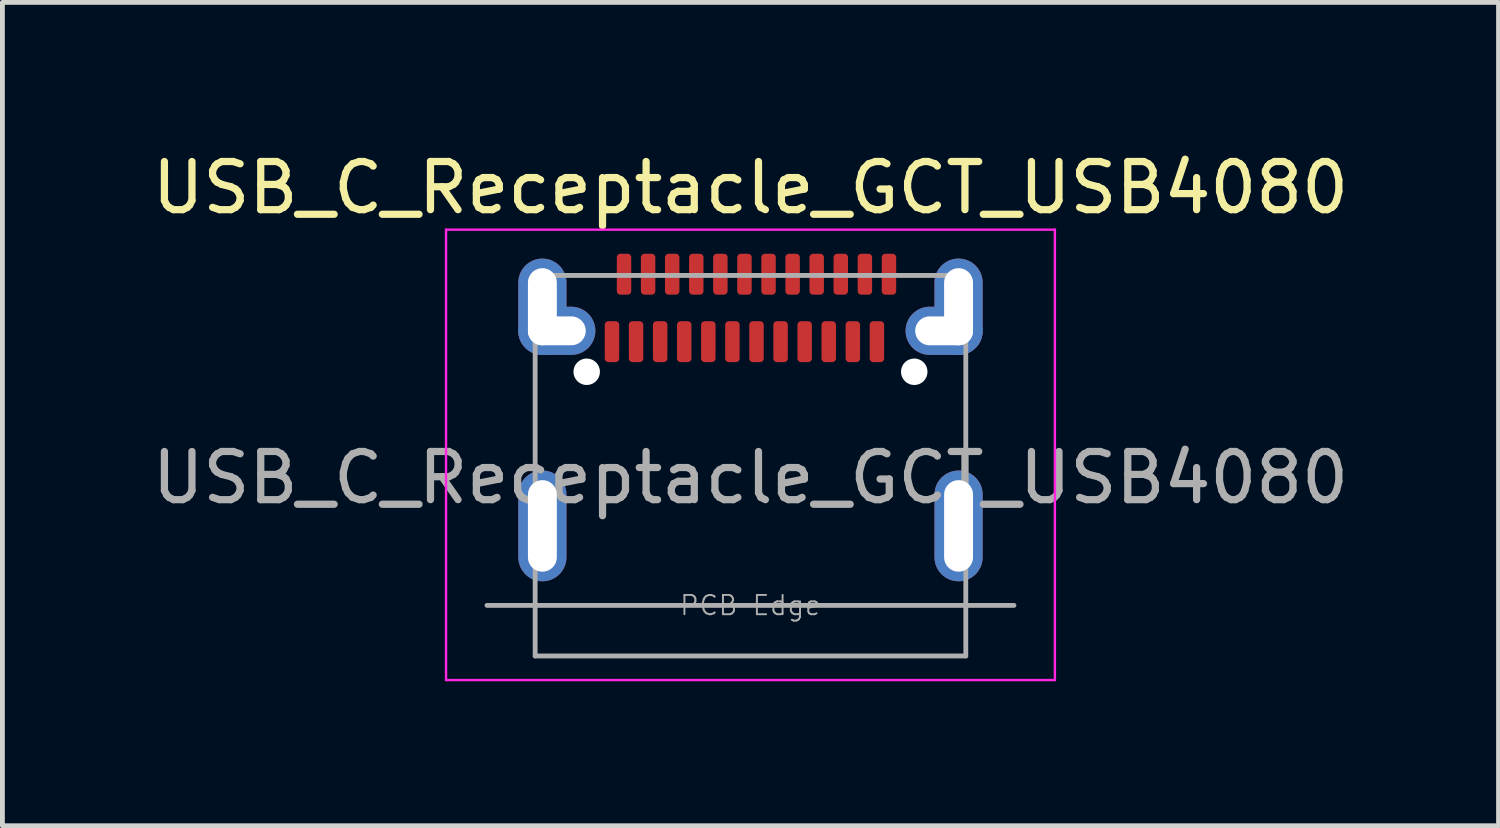
<source format=kicad_pcb>
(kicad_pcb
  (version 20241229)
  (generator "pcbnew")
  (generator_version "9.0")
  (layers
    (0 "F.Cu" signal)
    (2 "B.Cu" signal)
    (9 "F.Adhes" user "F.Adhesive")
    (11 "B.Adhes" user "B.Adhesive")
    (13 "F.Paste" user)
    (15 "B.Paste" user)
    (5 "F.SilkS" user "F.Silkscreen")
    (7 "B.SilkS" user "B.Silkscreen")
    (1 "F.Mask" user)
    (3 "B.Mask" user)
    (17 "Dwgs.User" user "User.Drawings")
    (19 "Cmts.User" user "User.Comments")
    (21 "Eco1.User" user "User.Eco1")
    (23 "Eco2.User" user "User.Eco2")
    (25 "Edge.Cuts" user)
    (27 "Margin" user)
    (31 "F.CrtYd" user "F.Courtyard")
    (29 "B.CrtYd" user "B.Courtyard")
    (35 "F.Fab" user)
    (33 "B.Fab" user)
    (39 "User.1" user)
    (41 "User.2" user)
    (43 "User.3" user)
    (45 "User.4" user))
  (footprint "USB_C_Receptacle_GCT_USB4080"
    (layer "F.Cu")
    (at 12.53 3.318)
    (property "Reference" "USB_C_Receptacle_GCT_USB4080" (at 0 -2.47 0) (layer "F.SilkS") (effects (font (size 1 1) (thickness 0.15))))
    (attr smd)
    (fp_line (start -6.32 -1.6) (end -6.32 7.75) (stroke (width 0.05) (type solid)) (layer "F.CrtYd"))
    (fp_line (start -6.32 7.75) (end 6.32 7.75) (stroke (width 0.05) (type solid)) (layer "F.CrtYd"))
    (fp_line (start 6.32 -1.6) (end -6.32 -1.6) (stroke (width 0.05) (type solid)) (layer "F.CrtYd"))
    (fp_line (start 6.32 7.75) (end 6.32 -1.6) (stroke (width 0.05) (type solid)) (layer "F.CrtYd"))
    (fp_line (start -5.47 6.2) (end 5.47 6.2) (stroke (width 0.1) (type solid)) (layer "F.Fab"))
    (fp_line (start -4.47 -0.65) (end 4.47 -0.65) (stroke (width 0.1) (type solid)) (layer "F.Fab"))
    (fp_line (start -4.47 7.25) (end -4.47 -0.65) (stroke (width 0.1) (type solid)) (layer "F.Fab"))
    (fp_line (start -4.47 7.25) (end 4.47 7.25) (stroke (width 0.1) (type solid)) (layer "F.Fab"))
    (fp_line (start 4.47 7.25) (end 4.47 -0.65) (stroke (width 0.1) (type solid)) (layer "F.Fab"))
    (fp_text user "PCB Edge" (at 0 6.2 0) (layer "F.Fab") (effects (font (size 0.4 0.4) (thickness 0.04))))
    (fp_text user "${REFERENCE}" (at 0 3.55 0) (layer "F.Fab") (effects (font (size 1 1) (thickness 0.15))))
    (pad "" smd roundrect (at -4.82 4.55) (size 2 2.5) (layers "F.Paste") (roundrect_rratio 0.1))
    (pad "" smd roundrect (at -4.52 -0.05) (size 2.6 2.1) (layers "F.Paste") (roundrect_rratio 0.1))
    (pad "" np_thru_hole circle (at -3.4 1.35) (size 0.55 0.55) (drill 0.55) (layers "*.Cu" "*.Mask"))
    (pad "" np_thru_hole circle (at 3.4 1.35) (size 0.55 0.55) (drill 0.55) (layers "*.Cu" "*.Mask"))
    (pad "" smd roundrect (at 4.52 -0.05) (size 2.6 2.1) (layers "F.Paste") (roundrect_rratio 0.1))
    (pad "" smd roundrect (at 4.82 4.55) (size 2 2.5) (layers "F.Paste") (roundrect_rratio 0.1))
    (pad "A1" smd roundrect (at -2.625 -0.675) (size 0.3 0.85) (layers "F.Cu" "F.Mask" "F.Paste") (roundrect_rratio 0.25))
    (pad "A2" smd roundrect (at -2.125 -0.675) (size 0.3 0.85) (layers "F.Cu" "F.Mask" "F.Paste") (roundrect_rratio 0.25))
    (pad "A3" smd roundrect (at -1.625 -0.675) (size 0.3 0.85) (layers "F.Cu" "F.Mask" "F.Paste") (roundrect_rratio 0.25))
    (pad "A4" smd roundrect (at -1.125 -0.675) (size 0.3 0.85) (layers "F.Cu" "F.Mask" "F.Paste") (roundrect_rratio 0.25))
    (pad "A5" smd roundrect (at -0.625 -0.675) (size 0.3 0.85) (layers "F.Cu" "F.Mask" "F.Paste") (roundrect_rratio 0.25))
    (pad "A6" smd roundrect (at -0.125 -0.675) (size 0.3 0.85) (layers "F.Cu" "F.Mask" "F.Paste") (roundrect_rratio 0.25))
    (pad "A7" smd roundrect (at 0.375 -0.675) (size 0.3 0.85) (layers "F.Cu" "F.Mask" "F.Paste") (roundrect_rratio 0.25))
    (pad "A8" smd roundrect (at 0.875 -0.675) (size 0.3 0.85) (layers "F.Cu" "F.Mask" "F.Paste") (roundrect_rratio 0.25))
    (pad "A9" smd roundrect (at 1.375 -0.675) (size 0.3 0.85) (layers "F.Cu" "F.Mask" "F.Paste") (roundrect_rratio 0.25))
    (pad "A10" smd roundrect (at 1.875 -0.675) (size 0.3 0.85) (layers "F.Cu" "F.Mask" "F.Paste") (roundrect_rratio 0.25))
    (pad "A11" smd roundrect (at 2.375 -0.675) (size 0.3 0.85) (layers "F.Cu" "F.Mask" "F.Paste") (roundrect_rratio 0.25))
    (pad "A12" smd roundrect (at 2.875 -0.675) (size 0.3 0.85) (layers "F.Cu" "F.Mask" "F.Paste") (roundrect_rratio 0.25))
    (pad "B1" smd roundrect (at 2.625 0.725) (size 0.3 0.85) (layers "F.Cu" "F.Mask" "F.Paste") (roundrect_rratio 0.25))
    (pad "B2" smd roundrect (at 2.125 0.725) (size 0.3 0.85) (layers "F.Cu" "F.Mask" "F.Paste") (roundrect_rratio 0.25))
    (pad "B3" smd roundrect (at 1.625 0.725) (size 0.3 0.85) (layers "F.Cu" "F.Mask" "F.Paste") (roundrect_rratio 0.25))
    (pad "B4" smd roundrect (at 1.125 0.725) (size 0.3 0.85) (layers "F.Cu" "F.Mask" "F.Paste") (roundrect_rratio 0.25))
    (pad "B5" smd roundrect (at 0.625 0.725) (size 0.3 0.85) (layers "F.Cu" "F.Mask" "F.Paste") (roundrect_rratio 0.25))
    (pad "B6" smd roundrect (at 0.125 0.725) (size 0.3 0.85) (layers "F.Cu" "F.Mask" "F.Paste") (roundrect_rratio 0.25))
    (pad "B7" smd roundrect (at -0.375 0.725) (size 0.3 0.85) (layers "F.Cu" "F.Mask" "F.Paste") (roundrect_rratio 0.25))
    (pad "B8" smd roundrect (at -0.875 0.725) (size 0.3 0.85) (layers "F.Cu" "F.Mask" "F.Paste") (roundrect_rratio 0.25))
    (pad "B9" smd roundrect (at -1.375 0.725) (size 0.3 0.85) (layers "F.Cu" "F.Mask" "F.Paste") (roundrect_rratio 0.25))
    (pad "B10" smd roundrect (at -1.875 0.725) (size 0.3 0.85) (layers "F.Cu" "F.Mask" "F.Paste") (roundrect_rratio 0.25))
    (pad "B11" smd roundrect (at -2.375 0.725) (size 0.3 0.85) (layers "F.Cu" "F.Mask" "F.Paste") (roundrect_rratio 0.25))
    (pad "B12" smd roundrect (at -2.875 0.725) (size 0.3 0.85) (layers "F.Cu" "F.Mask" "F.Paste") (roundrect_rratio 0.25))
    (pad "S1" thru_hole oval (at -4.32 0) (size 1 2) (drill oval 0.6 1.6) (layers "*.Cu" "*.Mask"))
    (pad "S1" thru_hole oval (at -4.32 4.55) (size 1 2.3) (drill oval 0.6 1.9) (layers "*.Cu" "*.Mask"))
    (pad "S1" thru_hole oval (at -4.02 0.5) (size 1.6 1) (drill oval 1.2 0.6) (layers "*.Cu" "*.Mask"))
    (pad "S1" thru_hole oval (at 4.02 0.5) (size 1.6 1) (drill oval 1.2 0.6) (layers "*.Cu" "*.Mask"))
    (pad "S1" thru_hole oval (at 4.32 0) (size 1 2) (drill oval 0.6 1.6) (layers "*.Cu" "*.Mask"))
    (pad "S1" thru_hole oval (at 4.32 4.55) (size 1 2.3) (drill oval 0.6 1.9) (layers "*.Cu" "*.Mask")))
  (gr_rect
    (start -3 -3)
    (end 28.06 14.093)
    (stroke (width 0.1) (type default))
    (fill no)
    (layer "Edge.Cuts")))
</source>
